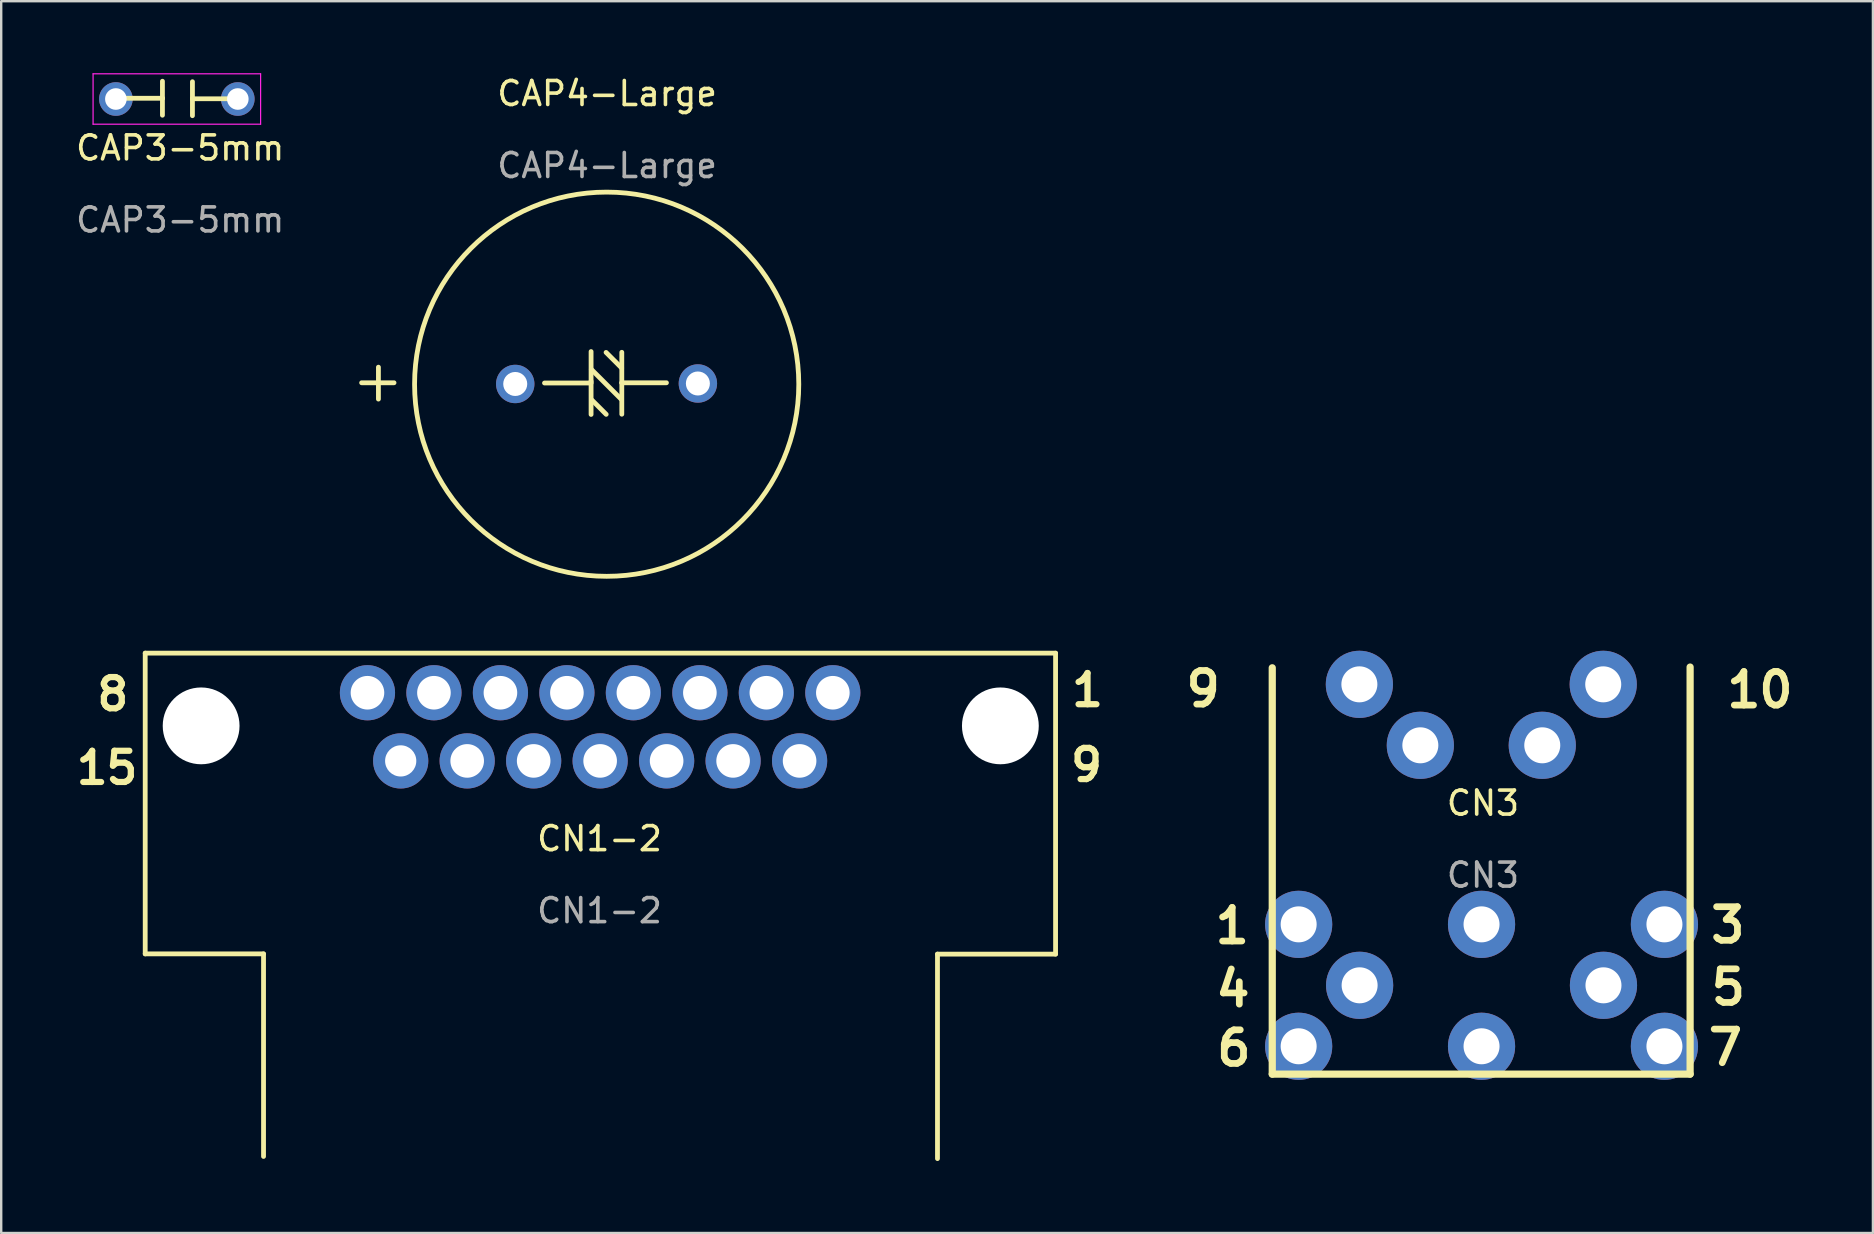
<source format=kicad_pcb>
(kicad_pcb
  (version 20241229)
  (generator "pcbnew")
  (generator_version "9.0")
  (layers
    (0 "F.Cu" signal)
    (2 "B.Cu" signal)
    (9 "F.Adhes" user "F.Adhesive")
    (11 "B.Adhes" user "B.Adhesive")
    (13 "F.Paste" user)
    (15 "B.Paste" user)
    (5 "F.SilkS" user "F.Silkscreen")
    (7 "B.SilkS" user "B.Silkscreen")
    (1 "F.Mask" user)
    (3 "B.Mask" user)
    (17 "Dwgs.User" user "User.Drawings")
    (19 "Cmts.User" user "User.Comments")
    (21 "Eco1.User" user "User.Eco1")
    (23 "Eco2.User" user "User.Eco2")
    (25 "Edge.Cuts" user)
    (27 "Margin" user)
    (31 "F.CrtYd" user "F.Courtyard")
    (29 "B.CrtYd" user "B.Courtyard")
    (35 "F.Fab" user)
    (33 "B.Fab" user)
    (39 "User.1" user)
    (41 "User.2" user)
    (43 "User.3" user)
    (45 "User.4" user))
  (footprint "CAP3-5mm"
    (layer "F.Cu")
    (at 4.458 3.615)
    (property "Reference" "CAP3-5mm" (at 0 -0.5 0) (unlocked yes) (layer "F.SilkS") (effects (font (size 1 1) (thickness 0.15))))
    (attr through_hole)
    (fp_line (start -2.52 -2.57) (end -0.74 -2.57) (stroke (width 0.2) (type solid)) (layer "F.SilkS"))
    (fp_line (start -0.74 -2.57) (end -0.74 -3.28) (stroke (width 0.2) (type solid)) (layer "F.SilkS"))
    (fp_line (start -0.74 -1.865) (end -0.74 -2.575) (stroke (width 0.2) (type solid)) (layer "F.SilkS"))
    (fp_line (start 0.51 -2.55) (end 0.51 -3.26) (stroke (width 0.2) (type solid)) (layer "F.SilkS"))
    (fp_line (start 0.51 -1.845) (end 0.51 -2.555) (stroke (width 0.2) (type solid)) (layer "F.SilkS"))
    (fp_line (start 2.29 -2.55) (end 0.51 -2.55) (stroke (width 0.2) (type solid)) (layer "F.SilkS"))
    (fp_line (start -3.63 -3.59) (end -3.63 -1.49) (stroke (width 0.05) (type solid)) (layer "F.CrtYd"))
    (fp_line (start -3.63 -1.49) (end 3.35 -1.49) (stroke (width 0.05) (type solid)) (layer "F.CrtYd"))
    (fp_line (start 3.35 -3.59) (end -3.63 -3.59) (stroke (width 0.05) (type solid)) (layer "F.CrtYd"))
    (fp_line (start 3.35 -1.49) (end 3.35 -3.59) (stroke (width 0.05) (type solid)) (layer "F.CrtYd"))
    (fp_text user "${REFERENCE}" (at 0 2.5 0) (unlocked yes) (layer "F.Fab") (effects (font (size 1 1) (thickness 0.15))))
    (pad "1" thru_hole circle (at -2.68 -2.54) (size 1.4 1.4) (drill 0.9) (layers "*.Cu" "*.Mask"))
    (pad "2" thru_hole oval (at 2.4 -2.54) (size 1.4 1.4) (drill 0.9) (layers "*.Cu" "*.Mask")))
  (footprint "CN3"
    (layer "F.Cu")
    (at 58.738 30.913)
    (property "Reference" "CN3" (at 0 -0.5 0) (unlocked yes) (layer "F.SilkS") (effects (font (size 1 1) (thickness 0.15))))
    (attr through_hole)
    (fp_line (start -8.78 -6.14) (end -8.78 10.79) (stroke (width 0.3) (type default)) (layer "F.SilkS"))
    (fp_line (start -8.78 10.79) (end 8.63 10.79) (stroke (width 0.3) (type default)) (layer "F.SilkS"))
    (fp_line (start 8.63 10.79) (end 8.63 -6.17) (stroke (width 0.3) (type default)) (layer "F.SilkS"))
    (fp_text user "6" (at -11.23 10.53 0) (unlocked yes) (layer "F.SilkS") (effects (font (size 1.4 1.4) (thickness 0.28) (bold yes)) (justify left bottom)))
    (fp_text user "1" (at -11.3 5.43 0) (unlocked yes) (layer "F.SilkS") (effects (font (size 1.4 1.4) (thickness 0.28) (bold yes)) (justify left bottom)))
    (fp_text user "5" (at 9.37 7.99 0) (unlocked yes) (layer "F.SilkS") (effects (font (size 1.4 1.4) (thickness 0.28) (bold yes)) (justify left bottom)))
    (fp_text user "7" (at 9.25 10.5 0) (unlocked yes) (layer "F.SilkS") (effects (font (size 1.4 1.4) (thickness 0.28) (bold yes)) (justify left bottom)))
    (fp_text user "4" (at -11.27 8.06 0) (unlocked yes) (layer "F.SilkS") (effects (font (size 1.4 1.4) (thickness 0.28) (bold yes)) (justify left bottom)))
    (fp_text user "3" (at 9.35 5.4 0) (unlocked yes) (layer "F.SilkS") (effects (font (size 1.4 1.4) (thickness 0.28) (bold yes)) (justify left bottom)))
    (fp_text user "10" (at 10.02 -4.4 0) (unlocked yes) (layer "F.SilkS") (effects (font (size 1.4 1.4) (thickness 0.28) (bold yes)) (justify left bottom)))
    (fp_text user "9" (at -12.51 -4.44 0) (unlocked yes) (layer "F.SilkS") (effects (font (size 1.4 1.4) (thickness 0.28) (bold yes)) (justify left bottom)))
    (fp_text user "${REFERENCE}" (at 0 2.5 0) (unlocked yes) (layer "F.Fab") (effects (font (size 1 1) (thickness 0.15))))
    (pad "1" thru_hole circle (at -7.68 4.55) (size 2.8 2.8) (drill 1.5) (layers "*.Cu" "*.Mask"))
    (pad "2" thru_hole circle (at -0.06 4.55) (size 2.8 2.8) (drill 1.5) (layers "*.Cu" "*.Mask"))
    (pad "3" thru_hole circle (at 7.56 4.55) (size 2.8 2.8) (drill 1.5) (layers "*.Cu" "*.Mask"))
    (pad "4" thru_hole circle (at -5.14 7.09) (size 2.8 2.8) (drill 1.5) (layers "*.Cu" "*.Mask"))
    (pad "5" thru_hole circle (at 5.02 7.09) (size 2.8 2.8) (drill 1.5) (layers "*.Cu" "*.Mask"))
    (pad "6" thru_hole circle (at -7.68 9.63) (size 2.8 2.8) (drill 1.5) (layers "*.Cu" "*.Mask"))
    (pad "7" thru_hole circle (at 7.56 9.63) (size 2.8 2.8) (drill 1.5) (layers "*.Cu" "*.Mask"))
    (pad "8" thru_hole circle (at -0.06 9.63) (size 2.8 2.8) (drill 1.5) (layers "*.Cu" "*.Mask"))
    (pad "9" thru_hole circle (at -5.15 -5.45) (size 2.8 2.8) (drill 1.5) (layers "*.Cu" "*.Mask"))
    (pad "9" thru_hole circle (at -2.61 -2.91) (size 2.8 2.8) (drill 1.5) (layers "*.Cu" "*.Mask"))
    (pad "10" thru_hole circle (at 2.47 -2.91) (size 2.8 2.8) (drill 1.5) (layers "*.Cu" "*.Mask"))
    (pad "10" thru_hole circle (at 5.01 -5.45) (size 2.8 2.8) (drill 1.5) (layers "*.Cu" "*.Mask")))
  (footprint "CAP4-Large"
    (layer "F.Cu")
    (at 22.247 1.348)
    (property "Reference" "CAP4-Large" (at 0 -0.5 0) (unlocked yes) (layer "F.SilkS") (effects (font (size 1 1) (thickness 0.15))))
    (attr through_hole)
    (fp_line (start -10.23 11.55) (end -8.88 11.55) (stroke (width 0.2) (type solid)) (layer "F.SilkS"))
    (fp_line (start -9.53 10.9) (end -9.53 12.23) (stroke (width 0.2) (type solid)) (layer "F.SilkS"))
    (fp_line (start -2.61 11.56) (end -0.67 11.56) (stroke (width 0.2) (type solid)) (layer "F.SilkS"))
    (fp_line (start -0.67 11.49) (end -0.67 10.25) (stroke (width 0.2) (type solid)) (layer "F.SilkS"))
    (fp_line (start -0.67 11.49) (end -0.67 12.87) (stroke (width 0.2) (type solid)) (layer "F.SilkS"))
    (fp_line (start -0.04 12.865) (end -0.63 12.275) (stroke (width 0.2) (type solid)) (layer "F.SilkS"))
    (fp_line (start 0.58 12.23) (end -0.66 10.99) (stroke (width 0.2) (type solid)) (layer "F.SilkS"))
    (fp_line (start 0.605 10.935) (end -0.045 10.285) (stroke (width 0.2) (type solid)) (layer "F.SilkS"))
    (fp_line (start 0.61 11.55) (end 0.61 10.28) (stroke (width 0.2) (type solid)) (layer "F.SilkS"))
    (fp_line (start 0.61 11.55) (end 0.61 12.86) (stroke (width 0.2) (type solid)) (layer "F.SilkS"))
    (fp_line (start 2.47 11.55) (end 0.61 11.55) (stroke (width 0.2) (type solid)) (layer "F.SilkS"))
    (fp_circle (center -0.02 11.61) (end 7.984 11.61) (stroke (width 0.2) (type solid)) (fill no) (layer "F.SilkS"))
    (fp_text user "${REFERENCE}" (at 0 2.5 0) (unlocked yes) (layer "F.Fab") (effects (font (size 1 1) (thickness 0.15))))
    (pad "1" thru_hole circle (at -3.83 11.6) (size 1.6 1.6) (drill 1) (layers "*.Cu" "*.Mask"))
    (pad "2" thru_hole circle (at 3.78 11.58) (size 1.6 1.6) (drill 1) (layers "*.Cu" "*.Mask")))
  (footprint "CN1-2"
    (layer "F.Cu")
    (at 21.93 32.393)
    (property "Reference" "CN1-2" (at 0 -0.5 0) (unlocked yes) (layer "F.SilkS") (effects (font (size 1 1) (thickness 0.15))))
    (attr through_hole)
    (fp_line (start -18.93 -8.23) (end 19 -8.23) (stroke (width 0.2) (type default)) (layer "F.SilkS"))
    (fp_line (start -18.93 4.3) (end -18.93 -8.23) (stroke (width 0.2) (type default)) (layer "F.SilkS"))
    (fp_line (start -14 4.3) (end -18.93 4.3) (stroke (width 0.2) (type default)) (layer "F.SilkS"))
    (fp_line (start -14 12.74) (end -14 4.3) (stroke (width 0.2) (type default)) (layer "F.SilkS"))
    (fp_line (start 14.08 4.31) (end 14.08 12.83) (stroke (width 0.2) (type default)) (layer "F.SilkS"))
    (fp_line (start 19 -8.23) (end 19 4.31) (stroke (width 0.2) (type default)) (layer "F.SilkS"))
    (fp_line (start 19 4.31) (end 14.08 4.31) (stroke (width 0.2) (type default)) (layer "F.SilkS"))
    (fp_text user "1" (at 19.54 -5.93 0) (unlocked yes) (layer "F.SilkS") (effects (font (size 1.3 1.3) (thickness 0.26) (bold yes)) (justify left bottom)))
    (fp_text user "8" (at -21.07 -5.76 0) (unlocked yes) (layer "F.SilkS") (effects (font (size 1.3 1.3) (thickness 0.26) (bold yes)) (justify left bottom)))
    (fp_text user "9" (at 19.5 -2.81 0) (unlocked yes) (layer "F.SilkS") (effects (font (size 1.3 1.3) (thickness 0.26) (bold yes)) (justify left bottom)))
    (fp_text user "15" (at -21.93 -2.69 0) (unlocked yes) (layer "F.SilkS") (effects (font (size 1.3 1.3) (thickness 0.26) (bold yes)) (justify left bottom)))
    (fp_text user "${REFERENCE}" (at 0 2.5 0) (unlocked yes) (layer "F.Fab") (effects (font (size 1 1) (thickness 0.15))))
    (pad "" np_thru_hole circle (at -16.6 -5.2) (size 3.2 3.2) (drill 3.2) (layers "*.Cu" "*.Mask"))
    (pad "" np_thru_hole circle (at 16.7 -5.2) (size 3.2 3.2) (drill 3.2) (layers "*.Cu" "*.Mask"))
    (pad "1" thru_hole circle (at 9.72 -6.58) (size 2.3 2.3) (drill 1.4) (layers "*.Cu" "*.Mask"))
    (pad "2" thru_hole circle (at 6.95 -6.58) (size 2.3 2.3) (drill 1.4) (layers "*.Cu" "*.Mask"))
    (pad "3" thru_hole circle (at 4.18 -6.58) (size 2.3 2.3) (drill 1.4) (layers "*.Cu" "*.Mask"))
    (pad "4" thru_hole circle (at 1.41 -6.58) (size 2.3 2.3) (drill 1.4) (layers "*.Cu" "*.Mask"))
    (pad "5" thru_hole circle (at -1.36 -6.58) (size 2.3 2.3) (drill 1.4) (layers "*.Cu" "*.Mask"))
    (pad "6" thru_hole circle (at -4.13 -6.58) (size 2.3 2.3) (drill 1.4) (layers "*.Cu" "*.Mask"))
    (pad "7" thru_hole circle (at -6.9 -6.58) (size 2.3 2.3) (drill 1.4) (layers "*.Cu" "*.Mask"))
    (pad "8" thru_hole circle (at -9.67 -6.58) (size 2.3 2.3) (drill 1.4) (layers "*.Cu" "*.Mask"))
    (pad "9" thru_hole circle (at 8.335 -3.74) (size 2.3 2.3) (drill 1.4) (layers "*.Cu" "*.Mask"))
    (pad "10" thru_hole circle (at 5.565 -3.74) (size 2.3 2.3) (drill 1.4) (layers "*.Cu" "*.Mask"))
    (pad "11" thru_hole circle (at 2.795 -3.74) (size 2.3 2.3) (drill 1.4) (layers "*.Cu" "*.Mask"))
    (pad "12" thru_hole circle (at 0.025 -3.74) (size 2.3 2.3) (drill 1.4) (layers "*.Cu" "*.Mask"))
    (pad "13" thru_hole circle (at -2.745 -3.74) (size 2.3 2.3) (drill 1.4) (layers "*.Cu" "*.Mask"))
    (pad "14" thru_hole circle (at -5.515 -3.74) (size 2.3 2.3) (drill 1.4) (layers "*.Cu" "*.Mask"))
    (pad "15" thru_hole circle (at -8.285 -3.74) (size 2.3 2.3) (drill 1.3) (layers "*.Cu" "*.Mask")))
  (gr_rect
    (start -3 -3)
    (end 74.985 48.323)
    (stroke (width 0.1) (type default))
    (fill no)
    (layer "Edge.Cuts")))
</source>
